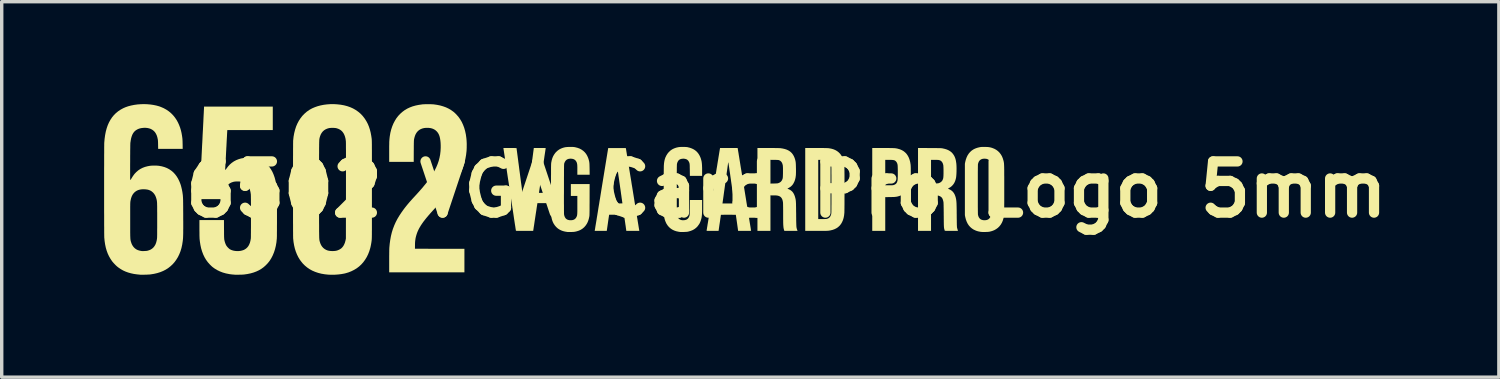
<source format=kicad_pcb>
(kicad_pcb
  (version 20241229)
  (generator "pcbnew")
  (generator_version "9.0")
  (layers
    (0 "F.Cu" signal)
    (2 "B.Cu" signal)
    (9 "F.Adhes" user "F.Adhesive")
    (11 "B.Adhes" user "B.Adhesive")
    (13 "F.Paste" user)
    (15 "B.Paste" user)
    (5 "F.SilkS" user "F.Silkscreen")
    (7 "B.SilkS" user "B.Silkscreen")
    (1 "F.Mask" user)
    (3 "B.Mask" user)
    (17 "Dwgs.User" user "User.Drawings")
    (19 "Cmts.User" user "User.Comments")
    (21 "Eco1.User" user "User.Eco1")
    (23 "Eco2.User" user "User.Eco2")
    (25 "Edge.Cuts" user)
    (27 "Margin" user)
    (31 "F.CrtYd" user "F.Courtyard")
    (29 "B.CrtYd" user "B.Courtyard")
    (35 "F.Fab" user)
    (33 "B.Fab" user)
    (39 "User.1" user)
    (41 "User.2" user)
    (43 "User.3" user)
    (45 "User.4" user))
  (footprint "6502 VGA Card Pro Logo 5mm"
    (layer "F.Cu")
    (at 19.987 2.5)
    (property "Reference" "6502 VGA Card Pro Logo 5mm" (at 0 0 0) (layer "F.SilkS") (effects (font (size 1.5 1.5) (thickness 0.3))))
    (attr board_only exclude_from_pos_files exclude_from_bom)
    (fp_poly (pts (xy 2.827 -1.214) (xy 2.89 -1.214) (xy 2.946 -1.214) (xy 2.995 -1.214) (xy 3.037 -1.213) (xy 3.073 -1.213) (xy 3.104 -1.212) (xy 3.131 -1.211) (xy 3.155 -1.21) (xy 3.175 -1.209) (xy 3.193 -1.207) (xy 3.209 -1.205) (xy 3.224 -1.202) (xy 3.239 -1.199) (xy 3.255 -1.196) (xy 3.265 -1.193) (xy 3.328 -1.175) (xy 3.385 -1.15) (xy 3.437 -1.119) (xy 3.483 -1.081) (xy 3.523 -1.038) (xy 3.557 -0.988) (xy 3.586 -0.932) (xy 3.609 -0.869) (xy 3.627 -0.801) (xy 3.639 -0.726) (xy 3.64 -0.714) (xy 3.641 -0.701) (xy 3.642 -0.68) (xy 3.643 -0.654) (xy 3.644 -0.622) (xy 3.644 -0.586) (xy 3.644 -0.548) (xy 3.645 -0.509) (xy 3.645 -0.495) (xy 3.644 -0.455) (xy 3.644 -0.416) (xy 3.644 -0.38) (xy 3.643 -0.347) (xy 3.642 -0.318) (xy 3.641 -0.295) (xy 3.641 -0.28) (xy 3.64 -0.276) (xy 3.629 -0.2) (xy 3.612 -0.131) (xy 3.59 -0.067) (xy 3.562 -0.011) (xy 3.529 0.04) (xy 3.49 0.084) (xy 3.445 0.123) (xy 3.395 0.155) (xy 3.339 0.181) (xy 3.3 0.194) (xy 3.276 0.201) (xy 3.255 0.207) (xy 3.234 0.211) (xy 3.212 0.215) (xy 3.188 0.217) (xy 3.162 0.22) (xy 3.13 0.221) (xy 3.093 0.222) (xy 3.049 0.223) (xy 3.036 0.223) (xy 2.896 0.225) (xy 2.896 0.72) (xy 2.896 1.214) (xy 2.705 1.214) (xy 2.515 1.214) (xy 2.515 0) (xy 2.515 -0.495) (xy 2.896 -0.495) (xy 2.896 -0.123) (xy 3.007 -0.123) (xy 3.042 -0.123) (xy 3.069 -0.123) (xy 3.091 -0.123) (xy 3.107 -0.124) (xy 3.12 -0.125) (xy 3.13 -0.127) (xy 3.14 -0.129) (xy 3.146 -0.131) (xy 3.178 -0.144) (xy 3.205 -0.162) (xy 3.226 -0.185) (xy 3.242 -0.214) (xy 3.253 -0.25) (xy 3.258 -0.272) (xy 3.259 -0.286) (xy 3.261 -0.308) (xy 3.262 -0.336) (xy 3.263 -0.369) (xy 3.264 -0.406) (xy 3.264 -0.445) (xy 3.264 -0.486) (xy 3.264 -0.527) (xy 3.264 -0.567) (xy 3.263 -0.605) (xy 3.262 -0.64) (xy 3.261 -0.67) (xy 3.26 -0.695) (xy 3.258 -0.713) (xy 3.258 -0.719) (xy 3.248 -0.759) (xy 3.233 -0.792) (xy 3.213 -0.819) (xy 3.212 -0.82) (xy 3.199 -0.832) (xy 3.185 -0.843) (xy 3.171 -0.851) (xy 3.154 -0.857) (xy 3.134 -0.861) (xy 3.11 -0.864) (xy 3.08 -0.866) (xy 3.044 -0.867) (xy 3.004 -0.867) (xy 2.896 -0.867) (xy 2.896 -0.495) (xy 2.515 -0.495) (xy 2.515 -1.214)) (stroke (width 0) (type solid)) (fill yes) (layer "F.SilkS"))
    (fp_poly (pts (xy 0.934 -1.214) (xy 0.989 -1.214) (xy 1.037 -1.214) (xy 1.078 -1.214) (xy 1.113 -1.213) (xy 1.143 -1.213) (xy 1.169 -1.212) (xy 1.19 -1.211) (xy 1.207 -1.211) (xy 1.222 -1.21) (xy 1.235 -1.208) (xy 1.24 -1.208) (xy 1.31 -1.196) (xy 1.375 -1.178) (xy 1.433 -1.154) (xy 1.485 -1.124) (xy 1.531 -1.088) (xy 1.572 -1.047) (xy 1.587 -1.028) (xy 1.619 -0.98) (xy 1.646 -0.927) (xy 1.667 -0.869) (xy 1.683 -0.807) (xy 1.694 -0.738) (xy 1.698 -0.687) (xy 1.699 -0.674) (xy 1.7 -0.653) (xy 1.7 -0.624) (xy 1.7 -0.588) (xy 1.701 -0.545) (xy 1.701 -0.495) (xy 1.702 -0.44) (xy 1.702 -0.378) (xy 1.702 -0.311) (xy 1.702 -0.238) (xy 1.703 -0.162) (xy 1.703 -0.08) (xy 1.703 0) (xy 1.703 0.085) (xy 1.703 0.166) (xy 1.702 0.243) (xy 1.702 0.315) (xy 1.702 0.382) (xy 1.702 0.443) (xy 1.701 0.499) (xy 1.701 0.548) (xy 1.7 0.59) (xy 1.7 0.626) (xy 1.699 0.654) (xy 1.699 0.675) (xy 1.698 0.687) (xy 1.69 0.764) (xy 1.676 0.835) (xy 1.656 0.901) (xy 1.63 0.959) (xy 1.599 1.012) (xy 1.562 1.059) (xy 1.519 1.099) (xy 1.47 1.134) (xy 1.415 1.162) (xy 1.355 1.184) (xy 1.288 1.2) (xy 1.24 1.208) (xy 1.229 1.209) (xy 1.215 1.21) (xy 1.199 1.211) (xy 1.18 1.212) (xy 1.157 1.213) (xy 1.129 1.213) (xy 1.096 1.213) (xy 1.058 1.214) (xy 1.014 1.214) (xy 0.962 1.214) (xy 0.903 1.214) (xy 0.871 1.214) (xy 0.552 1.214) (xy 0.552 0) (xy 0.933 0) (xy 0.933 0.867) (xy 1.047 0.867) (xy 1.085 0.867) (xy 1.115 0.867) (xy 1.138 0.866) (xy 1.157 0.865) (xy 1.171 0.864) (xy 1.183 0.862) (xy 1.188 0.861) (xy 1.223 0.848) (xy 1.253 0.829) (xy 1.277 0.804) (xy 1.295 0.773) (xy 1.309 0.734) (xy 1.313 0.72) (xy 1.314 0.716) (xy 1.314 0.71) (xy 1.315 0.704) (xy 1.316 0.695) (xy 1.317 0.685) (xy 1.317 0.673) (xy 1.318 0.658) (xy 1.318 0.64) (xy 1.318 0.618) (xy 1.319 0.592) (xy 1.319 0.562) (xy 1.319 0.528) (xy 1.319 0.488) (xy 1.32 0.442) (xy 1.32 0.391) (xy 1.32 0.334) (xy 1.32 0.269) (xy 1.32 0.198) (xy 1.32 0.119) (xy 1.32 0.032) (xy 1.32 0) (xy 1.32 -0.09) (xy 1.32 -0.171) (xy 1.32 -0.245) (xy 1.32 -0.312) (xy 1.32 -0.372) (xy 1.32 -0.425) (xy 1.319 -0.473) (xy 1.319 -0.515) (xy 1.319 -0.551) (xy 1.319 -0.583) (xy 1.319 -0.61) (xy 1.318 -0.633) (xy 1.318 -0.652) (xy 1.317 -0.668) (xy 1.317 -0.681) (xy 1.316 -0.692) (xy 1.315 -0.701) (xy 1.315 -0.708) (xy 1.314 -0.714) (xy 1.313 -0.719) (xy 1.313 -0.72) (xy 1.3 -0.761) (xy 1.283 -0.795) (xy 1.261 -0.822) (xy 1.233 -0.843) (xy 1.2 -0.857) (xy 1.188 -0.861) (xy 1.178 -0.863) (xy 1.165 -0.864) (xy 1.149 -0.866) (xy 1.129 -0.866) (xy 1.103 -0.867) (xy 1.07 -0.867) (xy 1.047 -0.867) (xy 0.933 -0.867) (xy 0.933 0) (xy 0.552 0) (xy 0.552 -1.214) (xy 0.871 -1.214)) (stroke (width 0) (type solid)) (fill yes) (layer "F.SilkS"))
    (fp_poly (pts (xy -8.05 -1.214) (xy -8.011 -1.214) (xy -7.979 -1.214) (xy -7.953 -1.213) (xy -7.934 -1.213) (xy -7.92 -1.212) (xy -7.911 -1.211) (xy -7.906 -1.21) (xy -7.905 -1.209) (xy -7.904 -1.204) (xy -7.903 -1.191) (xy -7.9 -1.171) (xy -7.897 -1.144) (xy -7.892 -1.11) (xy -7.887 -1.07) (xy -7.881 -1.025) (xy -7.874 -0.974) (xy -7.867 -0.919) (xy -7.859 -0.86) (xy -7.851 -0.796) (xy -7.842 -0.73) (xy -7.833 -0.66) (xy -7.824 -0.588) (xy -7.814 -0.515) (xy -7.804 -0.439) (xy -7.794 -0.363) (xy -7.784 -0.286) (xy -7.774 -0.209) (xy -7.763 -0.133) (xy -7.753 -0.057) (xy -7.744 0.017) (xy -7.734 0.09) (xy -7.725 0.161) (xy -7.716 0.229) (xy -7.707 0.293) (xy -7.699 0.354) (xy -7.691 0.411) (xy -7.684 0.464) (xy -7.678 0.512) (xy -7.672 0.554) (xy -7.667 0.59) (xy -7.663 0.62) (xy -7.66 0.643) (xy -7.658 0.659) (xy -7.657 0.667) (xy -7.657 0.668) (xy -7.653 0.671) (xy -7.651 0.67) (xy -7.65 0.666) (xy -7.648 0.653) (xy -7.646 0.633) (xy -7.642 0.606) (xy -7.637 0.571) (xy -7.631 0.531) (xy -7.625 0.484) (xy -7.618 0.431) (xy -7.61 0.373) (xy -7.601 0.31) (xy -7.592 0.242) (xy -7.583 0.17) (xy -7.572 0.095) (xy -7.562 0.015) (xy -7.551 -0.067) (xy -7.54 -0.152) (xy -7.528 -0.239) (xy -7.523 -0.274) (xy -7.399 -1.214) (xy -7.225 -1.214) (xy -7.187 -1.214) (xy -7.152 -1.214) (xy -7.121 -1.214) (xy -7.095 -1.214) (xy -7.074 -1.213) (xy -7.059 -1.213) (xy -7.051 -1.213) (xy -7.05 -1.213) (xy -7.051 -1.208) (xy -7.053 -1.196) (xy -7.056 -1.176) (xy -7.06 -1.149) (xy -7.065 -1.115) (xy -7.071 -1.075) (xy -7.078 -1.029) (xy -7.086 -0.977) (xy -7.094 -0.92) (xy -7.103 -0.858) (xy -7.113 -0.793) (xy -7.124 -0.723) (xy -7.135 -0.649) (xy -7.147 -0.573) (xy -7.159 -0.494) (xy -7.171 -0.412) (xy -7.184 -0.328) (xy -7.196 -0.243) (xy -7.209 -0.157) (xy -7.223 -0.071) (xy -7.236 0.017) (xy -7.249 0.104) (xy -7.262 0.19) (xy -7.275 0.276) (xy -7.288 0.36) (xy -7.3 0.443) (xy -7.313 0.523) (xy -7.324 0.601) (xy -7.336 0.676) (xy -7.347 0.748) (xy -7.357 0.816) (xy -7.367 0.88) (xy -7.376 0.939) (xy -7.384 0.994) (xy -7.391 1.043) (xy -7.398 1.086) (xy -7.404 1.124) (xy -7.408 1.154) (xy -7.412 1.178) (xy -7.415 1.195) (xy -7.416 1.203) (xy -7.416 1.205) (xy -7.418 1.214) (xy -7.67 1.214) (xy -7.725 1.214) (xy -7.772 1.214) (xy -7.811 1.214) (xy -7.843 1.214) (xy -7.87 1.213) (xy -7.89 1.213) (xy -7.905 1.212) (xy -7.915 1.211) (xy -7.921 1.21) (xy -7.924 1.209) (xy -7.924 1.209) (xy -7.924 1.204) (xy -7.926 1.192) (xy -7.929 1.171) (xy -7.934 1.144) (xy -7.939 1.109) (xy -7.945 1.068) (xy -7.953 1.02) (xy -7.961 0.966) (xy -7.97 0.907) (xy -7.98 0.842) (xy -7.99 0.772) (xy -8.001 0.697) (xy -8.013 0.618) (xy -8.026 0.535) (xy -8.039 0.448) (xy -8.053 0.358) (xy -8.067 0.265) (xy -8.081 0.169) (xy -8.096 0.071) (xy -8.106 0.008) (xy -8.121 -0.091) (xy -8.135 -0.189) (xy -8.15 -0.284) (xy -8.164 -0.376) (xy -8.177 -0.465) (xy -8.19 -0.551) (xy -8.202 -0.633) (xy -8.214 -0.711) (xy -8.225 -0.784) (xy -8.236 -0.852) (xy -8.245 -0.916) (xy -8.254 -0.974) (xy -8.262 -1.026) (xy -8.269 -1.072) (xy -8.275 -1.112) (xy -8.28 -1.144) (xy -8.284 -1.17) (xy -8.286 -1.188) (xy -8.288 -1.198) (xy -8.288 -1.2) (xy -8.291 -1.214) (xy -8.098 -1.214)) (stroke (width 0) (type solid)) (fill yes) (layer "F.SilkS"))
    (fp_poly (pts (xy -0.476 -1.214) (xy -0.42 -1.214) (xy -0.369 -1.214) (xy -0.322 -1.213) (xy -0.281 -1.213) (xy -0.246 -1.212) (xy -0.218 -1.211) (xy -0.196 -1.211) (xy -0.182 -1.21) (xy -0.181 -1.21) (xy -0.109 -1.199) (xy -0.043 -1.184) (xy 0.015 -1.164) (xy 0.068 -1.138) (xy 0.114 -1.107) (xy 0.154 -1.07) (xy 0.188 -1.027) (xy 0.217 -0.978) (xy 0.241 -0.923) (xy 0.26 -0.862) (xy 0.271 -0.808) (xy 0.273 -0.792) (xy 0.275 -0.768) (xy 0.277 -0.738) (xy 0.278 -0.704) (xy 0.279 -0.667) (xy 0.28 -0.627) (xy 0.281 -0.587) (xy 0.281 -0.547) (xy 0.281 -0.509) (xy 0.28 -0.475) (xy 0.279 -0.445) (xy 0.278 -0.42) (xy 0.277 -0.411) (xy 0.268 -0.344) (xy 0.253 -0.282) (xy 0.232 -0.226) (xy 0.206 -0.175) (xy 0.176 -0.131) (xy 0.144 -0.098) (xy 0.127 -0.083) (xy 0.105 -0.068) (xy 0.082 -0.053) (xy 0.062 -0.041) (xy 0.049 -0.036) (xy 0.039 -0.031) (xy 0.033 -0.026) (xy 0.033 -0.025) (xy 0.037 -0.021) (xy 0.047 -0.016) (xy 0.061 -0.01) (xy 0.065 -0.008) (xy 0.107 0.012) (xy 0.143 0.037) (xy 0.175 0.066) (xy 0.202 0.102) (xy 0.225 0.144) (xy 0.245 0.193) (xy 0.258 0.238) (xy 0.262 0.254) (xy 0.266 0.269) (xy 0.269 0.284) (xy 0.272 0.299) (xy 0.274 0.315) (xy 0.276 0.332) (xy 0.278 0.353) (xy 0.279 0.375) (xy 0.281 0.402) (xy 0.282 0.433) (xy 0.282 0.468) (xy 0.283 0.509) (xy 0.284 0.557) (xy 0.284 0.611) (xy 0.285 0.672) (xy 0.286 0.719) (xy 0.286 0.786) (xy 0.287 0.844) (xy 0.287 0.895) (xy 0.288 0.94) (xy 0.289 0.978) (xy 0.29 1.012) (xy 0.291 1.04) (xy 0.292 1.064) (xy 0.293 1.085) (xy 0.295 1.102) (xy 0.297 1.117) (xy 0.3 1.131) (xy 0.303 1.143) (xy 0.306 1.155) (xy 0.31 1.166) (xy 0.314 1.179) (xy 0.314 1.179) (xy 0.327 1.214) (xy 0.133 1.214) (xy -0.06 1.214) (xy -0.069 1.186) (xy -0.073 1.17) (xy -0.077 1.155) (xy -0.081 1.139) (xy -0.084 1.122) (xy -0.086 1.103) (xy -0.088 1.082) (xy -0.09 1.057) (xy -0.092 1.029) (xy -0.093 0.996) (xy -0.094 0.958) (xy -0.094 0.915) (xy -0.095 0.865) (xy -0.095 0.809) (xy -0.095 0.745) (xy -0.095 0.704) (xy -0.095 0.655) (xy -0.095 0.607) (xy -0.096 0.562) (xy -0.096 0.52) (xy -0.097 0.482) (xy -0.097 0.449) (xy -0.098 0.422) (xy -0.098 0.401) (xy -0.099 0.388) (xy -0.099 0.385) (xy -0.107 0.336) (xy -0.119 0.295) (xy -0.136 0.26) (xy -0.157 0.232) (xy -0.183 0.21) (xy -0.215 0.193) (xy -0.252 0.182) (xy -0.264 0.18) (xy -0.282 0.177) (xy -0.308 0.175) (xy -0.339 0.174) (xy -0.374 0.174) (xy -0.382 0.174) (xy -0.467 0.173) (xy -0.467 0.694) (xy -0.467 1.214) (xy -0.658 1.214) (xy -0.848 1.214) (xy -0.848 0) (xy -0.848 -0.52) (xy -0.467 -0.52) (xy -0.467 -0.172) (xy -0.365 -0.174) (xy -0.331 -0.175) (xy -0.305 -0.176) (xy -0.285 -0.177) (xy -0.269 -0.178) (xy -0.256 -0.18) (xy -0.246 -0.182) (xy -0.237 -0.185) (xy -0.236 -0.185) (xy -0.199 -0.201) (xy -0.169 -0.221) (xy -0.144 -0.248) (xy -0.124 -0.281) (xy -0.11 -0.32) (xy -0.107 -0.332) (xy -0.105 -0.352) (xy -0.103 -0.378) (xy -0.102 -0.408) (xy -0.101 -0.443) (xy -0.1 -0.479) (xy -0.1 -0.517) (xy -0.1 -0.555) (xy -0.1 -0.592) (xy -0.1 -0.626) (xy -0.102 -0.657) (xy -0.103 -0.683) (xy -0.105 -0.703) (xy -0.106 -0.71) (xy -0.117 -0.752) (xy -0.133 -0.788) (xy -0.154 -0.817) (xy -0.18 -0.84) (xy -0.209 -0.855) (xy -0.216 -0.858) (xy -0.224 -0.86) (xy -0.232 -0.862) (xy -0.243 -0.863) (xy -0.257 -0.864) (xy -0.276 -0.865) (xy -0.3 -0.866) (xy -0.332 -0.866) (xy -0.35 -0.866) (xy -0.467 -0.868) (xy -0.467 -0.52) (xy -0.848 -0.52) (xy -0.848 -1.214) (xy -0.535 -1.214)) (stroke (width 0) (type solid)) (fill yes) (layer "F.SilkS"))
    (fp_poly (pts (xy -4.805 -1.213) (xy -4.769 -1.213) (xy -4.741 -1.212) (xy -4.721 -1.212) (xy -4.708 -1.211) (xy -4.702 -1.21) (xy -4.702 -1.21) (xy -4.702 -1.205) (xy -4.7 -1.193) (xy -4.696 -1.173) (xy -4.692 -1.146) (xy -4.687 -1.112) (xy -4.68 -1.072) (xy -4.673 -1.026) (xy -4.664 -0.974) (xy -4.655 -0.918) (xy -4.645 -0.856) (xy -4.634 -0.79) (xy -4.623 -0.721) (xy -4.611 -0.648) (xy -4.599 -0.571) (xy -4.586 -0.492) (xy -4.573 -0.411) (xy -4.559 -0.327) (xy -4.545 -0.243) (xy -4.532 -0.157) (xy -4.517 -0.07) (xy -4.503 0.017) (xy -4.489 0.104) (xy -4.475 0.19) (xy -4.461 0.275) (xy -4.448 0.36) (xy -4.434 0.442) (xy -4.421 0.522) (xy -4.408 0.6) (xy -4.396 0.675) (xy -4.385 0.747) (xy -4.374 0.814) (xy -4.363 0.878) (xy -4.354 0.937) (xy -4.345 0.991) (xy -4.337 1.04) (xy -4.33 1.084) (xy -4.324 1.121) (xy -4.319 1.151) (xy -4.315 1.175) (xy -4.312 1.191) (xy -4.311 1.199) (xy -4.31 1.2) (xy -4.308 1.214) (xy -4.499 1.214) (xy -4.538 1.214) (xy -4.574 1.214) (xy -4.607 1.214) (xy -4.636 1.214) (xy -4.659 1.213) (xy -4.677 1.213) (xy -4.687 1.213) (xy -4.69 1.212) (xy -4.69 1.208) (xy -4.692 1.196) (xy -4.694 1.177) (xy -4.698 1.153) (xy -4.702 1.124) (xy -4.706 1.092) (xy -4.711 1.057) (xy -4.717 1.02) (xy -4.722 0.982) (xy -4.728 0.944) (xy -4.733 0.907) (xy -4.738 0.872) (xy -4.743 0.84) (xy -4.747 0.811) (xy -4.75 0.787) (xy -4.753 0.769) (xy -4.755 0.758) (xy -4.755 0.754) (xy -4.758 0.74) (xy -4.975 0.74) (xy -5.192 0.74) (xy -5.194 0.75) (xy -5.195 0.756) (xy -5.197 0.769) (xy -5.2 0.789) (xy -5.204 0.816) (xy -5.209 0.847) (xy -5.214 0.883) (xy -5.22 0.922) (xy -5.226 0.964) (xy -5.229 0.987) (xy -5.262 1.214) (xy -5.439 1.214) (xy -5.616 1.214) (xy -5.613 1.203) (xy -5.613 1.197) (xy -5.61 1.184) (xy -5.607 1.164) (xy -5.602 1.135) (xy -5.597 1.1) (xy -5.59 1.058) (xy -5.582 1.01) (xy -5.573 0.956) (xy -5.563 0.896) (xy -5.553 0.831) (xy -5.541 0.761) (xy -5.529 0.686) (xy -5.516 0.606) (xy -5.503 0.523) (xy -5.488 0.436) (xy -5.483 0.404) (xy -5.146 0.404) (xy -5.146 0.404) (xy -5.145 0.406) (xy -5.142 0.407) (xy -5.134 0.408) (xy -5.123 0.409) (xy -5.107 0.409) (xy -5.086 0.41) (xy -5.058 0.41) (xy -5.023 0.41) (xy -4.981 0.41) (xy -4.975 0.41) (xy -4.938 0.41) (xy -4.904 0.41) (xy -4.873 0.41) (xy -4.847 0.409) (xy -4.826 0.409) (xy -4.812 0.408) (xy -4.804 0.407) (xy -4.804 0.407) (xy -4.804 0.402) (xy -4.806 0.389) (xy -4.809 0.369) (xy -4.813 0.342) (xy -4.817 0.309) (xy -4.823 0.271) (xy -4.829 0.228) (xy -4.835 0.181) (xy -4.843 0.13) (xy -4.85 0.075) (xy -4.858 0.019) (xy -4.867 -0.04) (xy -4.875 -0.1) (xy -4.884 -0.162) (xy -4.893 -0.223) (xy -4.901 -0.284) (xy -4.91 -0.344) (xy -4.919 -0.403) (xy -4.927 -0.46) (xy -4.934 -0.514) (xy -4.942 -0.565) (xy -4.949 -0.612) (xy -4.955 -0.655) (xy -4.96 -0.693) (xy -4.965 -0.726) (xy -4.969 -0.752) (xy -4.972 -0.772) (xy -4.974 -0.785) (xy -4.975 -0.79) (xy -4.975 -0.79) (xy -4.979 -0.79) (xy -4.98 -0.79) (xy -4.98 -0.786) (xy -4.982 -0.774) (xy -4.985 -0.754) (xy -4.989 -0.728) (xy -4.994 -0.696) (xy -4.999 -0.659) (xy -5.005 -0.616) (xy -5.012 -0.569) (xy -5.019 -0.518) (xy -5.026 -0.465) (xy -5.034 -0.408) (xy -5.042 -0.349) (xy -5.051 -0.289) (xy -5.059 -0.228) (xy -5.068 -0.167) (xy -5.077 -0.106) (xy -5.085 -0.046) (xy -5.093 0.013) (xy -5.101 0.07) (xy -5.109 0.124) (xy -5.116 0.176) (xy -5.122 0.223) (xy -5.128 0.266) (xy -5.133 0.305) (xy -5.138 0.338) (xy -5.141 0.365) (xy -5.144 0.385) (xy -5.146 0.399) (xy -5.146 0.404) (xy -5.483 0.404) (xy -5.474 0.346) (xy -5.458 0.253) (xy -5.443 0.157) (xy -5.427 0.058) (xy -5.416 -0.011) (xy -5.22 -1.212) (xy -4.961 -1.213) (xy -4.901 -1.213) (xy -4.849 -1.213)) (stroke (width 0) (type solid)) (fill yes) (layer "F.SilkS"))
    (fp_poly (pts (xy 4.193 -1.213) (xy 4.256 -1.213) (xy 4.311 -1.212) (xy 4.358 -1.212) (xy 4.399 -1.212) (xy 4.434 -1.211) (xy 4.463 -1.211) (xy 4.488 -1.21) (xy 4.508 -1.21) (xy 4.525 -1.209) (xy 4.539 -1.208) (xy 4.55 -1.207) (xy 4.56 -1.206) (xy 4.568 -1.205) (xy 4.571 -1.204) (xy 4.639 -1.189) (xy 4.7 -1.17) (xy 4.754 -1.146) (xy 4.801 -1.117) (xy 4.841 -1.085) (xy 4.865 -1.059) (xy 4.891 -1.025) (xy 4.914 -0.989) (xy 4.933 -0.95) (xy 4.949 -0.907) (xy 4.962 -0.861) (xy 4.971 -0.809) (xy 4.979 -0.753) (xy 4.983 -0.69) (xy 4.985 -0.621) (xy 4.984 -0.544) (xy 4.984 -0.527) (xy 4.982 -0.471) (xy 4.979 -0.423) (xy 4.975 -0.38) (xy 4.97 -0.342) (xy 4.962 -0.308) (xy 4.953 -0.276) (xy 4.942 -0.244) (xy 4.939 -0.236) (xy 4.915 -0.186) (xy 4.884 -0.141) (xy 4.847 -0.101) (xy 4.805 -0.067) (xy 4.759 -0.039) (xy 4.752 -0.036) (xy 4.74 -0.029) (xy 4.737 -0.024) (xy 4.741 -0.019) (xy 4.748 -0.016) (xy 4.796 0.006) (xy 4.837 0.032) (xy 4.873 0.064) (xy 4.902 0.1) (xy 4.927 0.143) (xy 4.947 0.192) (xy 4.956 0.22) (xy 4.961 0.239) (xy 4.965 0.256) (xy 4.969 0.274) (xy 4.972 0.291) (xy 4.975 0.31) (xy 4.978 0.331) (xy 4.98 0.353) (xy 4.982 0.379) (xy 4.984 0.408) (xy 4.985 0.441) (xy 4.986 0.479) (xy 4.987 0.523) (xy 4.988 0.573) (xy 4.989 0.629) (xy 4.989 0.693) (xy 4.99 0.747) (xy 4.99 0.81) (xy 4.991 0.866) (xy 4.992 0.915) (xy 4.992 0.957) (xy 4.993 0.992) (xy 4.993 1.022) (xy 4.994 1.047) (xy 4.995 1.067) (xy 4.996 1.084) (xy 4.996 1.097) (xy 4.997 1.108) (xy 4.999 1.116) (xy 5 1.123) (xy 5 1.124) (xy 5.009 1.156) (xy 5.019 1.189) (xy 5.026 1.207) (xy 5.026 1.209) (xy 5.025 1.21) (xy 5.022 1.211) (xy 5.016 1.212) (xy 5.007 1.213) (xy 4.994 1.213) (xy 4.975 1.213) (xy 4.952 1.214) (xy 4.922 1.214) (xy 4.884 1.213) (xy 4.84 1.213) (xy 4.835 1.213) (xy 4.641 1.212) (xy 4.633 1.187) (xy 4.63 1.175) (xy 4.627 1.164) (xy 4.624 1.154) (xy 4.621 1.144) (xy 4.619 1.133) (xy 4.618 1.121) (xy 4.616 1.106) (xy 4.615 1.09) (xy 4.614 1.07) (xy 4.613 1.046) (xy 4.612 1.018) (xy 4.612 0.985) (xy 4.611 0.946) (xy 4.611 0.901) (xy 4.61 0.849) (xy 4.61 0.79) (xy 4.609 0.751) (xy 4.609 0.686) (xy 4.608 0.629) (xy 4.608 0.579) (xy 4.607 0.536) (xy 4.606 0.5) (xy 4.606 0.468) (xy 4.605 0.442) (xy 4.604 0.421) (xy 4.604 0.403) (xy 4.603 0.389) (xy 4.602 0.377) (xy 4.601 0.367) (xy 4.599 0.359) (xy 4.599 0.359) (xy 4.589 0.316) (xy 4.577 0.281) (xy 4.562 0.252) (xy 4.543 0.229) (xy 4.519 0.21) (xy 4.49 0.195) (xy 4.465 0.185) (xy 4.455 0.182) (xy 4.445 0.18) (xy 4.434 0.178) (xy 4.419 0.177) (xy 4.4 0.176) (xy 4.375 0.175) (xy 4.344 0.175) (xy 4.337 0.174) (xy 4.237 0.173) (xy 4.237 0.693) (xy 4.237 1.214) (xy 4.046 1.214) (xy 3.856 1.214) (xy 3.856 -0.000232) (xy 3.856 -0.52) (xy 4.237 -0.52) (xy 4.237 -0.172) (xy 4.337 -0.175) (xy 4.372 -0.175) (xy 4.399 -0.176) (xy 4.421 -0.178) (xy 4.437 -0.179) (xy 4.449 -0.181) (xy 4.459 -0.183) (xy 4.461 -0.184) (xy 4.499 -0.199) (xy 4.53 -0.22) (xy 4.556 -0.245) (xy 4.576 -0.277) (xy 4.59 -0.314) (xy 4.595 -0.334) (xy 4.597 -0.349) (xy 4.599 -0.371) (xy 4.601 -0.399) (xy 4.602 -0.431) (xy 4.603 -0.467) (xy 4.603 -0.504) (xy 4.603 -0.543) (xy 4.603 -0.581) (xy 4.602 -0.617) (xy 4.601 -0.65) (xy 4.599 -0.678) (xy 4.598 -0.701) (xy 4.595 -0.716) (xy 4.595 -0.717) (xy 4.584 -0.757) (xy 4.568 -0.791) (xy 4.547 -0.819) (xy 4.523 -0.84) (xy 4.512 -0.846) (xy 4.499 -0.852) (xy 4.485 -0.857) (xy 4.471 -0.861) (xy 4.454 -0.864) (xy 4.433 -0.865) (xy 4.407 -0.867) (xy 4.375 -0.867) (xy 4.342 -0.867) (xy 4.237 -0.867) (xy 4.237 -0.52) (xy 3.856 -0.52) (xy 3.856 -1.215)) (stroke (width 0) (type solid)) (fill yes) (layer "F.SilkS"))
    (fp_poly (pts (xy -1.426 -1.203) (xy -1.425 -1.197) (xy -1.423 -1.183) (xy -1.419 -1.162) (xy -1.415 -1.134) (xy -1.409 -1.1) (xy -1.402 -1.059) (xy -1.395 -1.012) (xy -1.386 -0.959) (xy -1.377 -0.902) (xy -1.367 -0.84) (xy -1.356 -0.773) (xy -1.345 -0.703) (xy -1.333 -0.629) (xy -1.32 -0.553) (xy -1.307 -0.473) (xy -1.294 -0.391) (xy -1.28 -0.308) (xy -1.266 -0.223) (xy -1.252 -0.137) (xy -1.238 -0.05) (xy -1.224 0.037) (xy -1.21 0.124) (xy -1.196 0.21) (xy -1.182 0.295) (xy -1.169 0.379) (xy -1.155 0.462) (xy -1.142 0.542) (xy -1.13 0.619) (xy -1.118 0.694) (xy -1.106 0.765) (xy -1.095 0.832) (xy -1.085 0.895) (xy -1.076 0.954) (xy -1.067 1.007) (xy -1.059 1.055) (xy -1.052 1.098) (xy -1.046 1.134) (xy -1.042 1.164) (xy -1.038 1.186) (xy -1.036 1.201) (xy -1.034 1.209) (xy -1.034 1.209) (xy -1.037 1.211) (xy -1.045 1.212) (xy -1.059 1.212) (xy -1.08 1.213) (xy -1.107 1.214) (xy -1.142 1.214) (xy -1.184 1.214) (xy -1.224 1.214) (xy -1.414 1.214) (xy -1.447 0.978) (xy -1.481 0.742) (xy -1.7 0.741) (xy -1.744 0.741) (xy -1.784 0.741) (xy -1.821 0.741) (xy -1.853 0.742) (xy -1.879 0.742) (xy -1.899 0.743) (xy -1.913 0.743) (xy -1.918 0.744) (xy -1.919 0.744) (xy -1.919 0.749) (xy -1.921 0.761) (xy -1.924 0.78) (xy -1.927 0.806) (xy -1.932 0.836) (xy -1.937 0.871) (xy -1.942 0.91) (xy -1.948 0.952) (xy -1.952 0.979) (xy -1.959 1.022) (xy -1.965 1.063) (xy -1.97 1.1) (xy -1.975 1.134) (xy -1.979 1.162) (xy -1.982 1.185) (xy -1.985 1.201) (xy -1.986 1.21) (xy -1.986 1.212) (xy -1.99 1.213) (xy -2.002 1.213) (xy -2.02 1.213) (xy -2.045 1.214) (xy -2.074 1.214) (xy -2.107 1.214) (xy -2.143 1.214) (xy -2.162 1.214) (xy -2.206 1.214) (xy -2.242 1.214) (xy -2.271 1.214) (xy -2.293 1.213) (xy -2.31 1.213) (xy -2.323 1.212) (xy -2.331 1.211) (xy -2.335 1.21) (xy -2.337 1.209) (xy -2.337 1.208) (xy -2.337 1.203) (xy -2.335 1.191) (xy -2.332 1.171) (xy -2.327 1.144) (xy -2.322 1.11) (xy -2.315 1.07) (xy -2.308 1.023) (xy -2.299 0.972) (xy -2.29 0.915) (xy -2.28 0.853) (xy -2.27 0.787) (xy -2.258 0.717) (xy -2.246 0.644) (xy -2.234 0.568) (xy -2.221 0.488) (xy -2.208 0.41) (xy -1.873 0.41) (xy -1.701 0.41) (xy -1.529 0.41) (xy -1.53 0.401) (xy -1.53 0.395) (xy -1.532 0.381) (xy -1.535 0.36) (xy -1.538 0.333) (xy -1.543 0.299) (xy -1.548 0.261) (xy -1.554 0.217) (xy -1.561 0.169) (xy -1.568 0.118) (xy -1.576 0.063) (xy -1.584 0.006) (xy -1.593 -0.052) (xy -1.601 -0.113) (xy -1.61 -0.174) (xy -1.619 -0.235) (xy -1.627 -0.296) (xy -1.636 -0.356) (xy -1.644 -0.414) (xy -1.652 -0.47) (xy -1.66 -0.524) (xy -1.668 -0.574) (xy -1.674 -0.62) (xy -1.68 -0.662) (xy -1.686 -0.699) (xy -1.691 -0.731) (xy -1.694 -0.756) (xy -1.697 -0.775) (xy -1.699 -0.786) (xy -1.7 -0.79) (xy -1.704 -0.791) (xy -1.704 -0.791) (xy -1.705 -0.786) (xy -1.707 -0.774) (xy -1.71 -0.755) (xy -1.714 -0.728) (xy -1.719 -0.695) (xy -1.724 -0.656) (xy -1.73 -0.611) (xy -1.737 -0.561) (xy -1.745 -0.507) (xy -1.753 -0.449) (xy -1.762 -0.387) (xy -1.771 -0.322) (xy -1.78 -0.254) (xy -1.787 -0.203) (xy -1.797 -0.133) (xy -1.806 -0.066) (xy -1.815 -0.001) (xy -1.824 0.061) (xy -1.832 0.119) (xy -1.839 0.172) (xy -1.846 0.222) (xy -1.852 0.266) (xy -1.858 0.305) (xy -1.862 0.337) (xy -1.866 0.363) (xy -1.868 0.382) (xy -1.87 0.393) (xy -1.871 0.397) (xy -1.873 0.41) (xy -2.208 0.41) (xy -2.208 0.407) (xy -2.194 0.324) (xy -2.181 0.239) (xy -2.167 0.153) (xy -2.153 0.066) (xy -2.138 -0.021) (xy -2.124 -0.108) (xy -2.11 -0.194) (xy -2.096 -0.28) (xy -2.083 -0.364) (xy -2.069 -0.446) (xy -2.056 -0.526) (xy -2.044 -0.604) (xy -2.031 -0.679) (xy -2.02 -0.75) (xy -2.009 -0.818) (xy -1.998 -0.882) (xy -1.989 -0.941) (xy -1.98 -0.995) (xy -1.972 -1.044) (xy -1.965 -1.087) (xy -1.959 -1.124) (xy -1.954 -1.154) (xy -1.95 -1.177) (xy -1.947 -1.193) (xy -1.946 -1.202) (xy -1.946 -1.203) (xy -1.943 -1.214) (xy -1.686 -1.214) (xy -1.428 -1.214)) (stroke (width 0) (type solid)) (fill yes) (layer "F.SilkS"))
    (fp_poly (pts (xy -10.458 -2.497) (xy -10.42 -2.497) (xy -10.386 -2.496) (xy -10.357 -2.494) (xy -10.337 -2.493) (xy -10.237 -2.479) (xy -10.143 -2.46) (xy -10.056 -2.435) (xy -9.973 -2.405) (xy -9.897 -2.369) (xy -9.825 -2.327) (xy -9.758 -2.279) (xy -9.747 -2.271) (xy -9.731 -2.257) (xy -9.712 -2.24) (xy -9.692 -2.22) (xy -9.672 -2.201) (xy -9.667 -2.195) (xy -9.609 -2.13) (xy -9.558 -2.058) (xy -9.512 -1.981) (xy -9.473 -1.897) (xy -9.439 -1.808) (xy -9.412 -1.713) (xy -9.39 -1.612) (xy -9.375 -1.505) (xy -9.369 -1.439) (xy -9.367 -1.403) (xy -9.365 -1.361) (xy -9.364 -1.315) (xy -9.365 -1.268) (xy -9.365 -1.221) (xy -9.367 -1.177) (xy -9.369 -1.138) (xy -9.371 -1.115) (xy -9.383 -1.012) (xy -9.401 -0.91) (xy -9.423 -0.811) (xy -9.452 -0.712) (xy -9.485 -0.614) (xy -9.525 -0.517) (xy -9.571 -0.419) (xy -9.623 -0.32) (xy -9.682 -0.22) (xy -9.747 -0.118) (xy -9.82 -0.015) (xy -9.9 0.091) (xy -9.987 0.2) (xy -10.02 0.241) (xy -10.053 0.28) (xy -10.085 0.318) (xy -10.118 0.355) (xy -10.151 0.393) (xy -10.188 0.433) (xy -10.227 0.477) (xy -10.271 0.525) (xy -10.295 0.55) (xy -10.366 0.628) (xy -10.431 0.7) (xy -10.49 0.768) (xy -10.543 0.831) (xy -10.591 0.891) (xy -10.635 0.948) (xy -10.673 1.002) (xy -10.708 1.054) (xy -10.738 1.104) (xy -10.765 1.152) (xy -10.788 1.2) (xy -10.809 1.247) (xy -10.826 1.294) (xy -10.841 1.341) (xy -10.851 1.377) (xy -10.862 1.423) (xy -10.869 1.468) (xy -10.875 1.515) (xy -10.879 1.565) (xy -10.88 1.622) (xy -10.88 1.637) (xy -10.881 1.737) (xy -10.156 1.738) (xy -9.432 1.739) (xy -9.432 2.084) (xy -9.432 2.428) (xy -10.534 2.428) (xy -11.636 2.428) (xy -11.636 2.105) (xy -11.636 2.052) (xy -11.636 1.999) (xy -11.636 1.948) (xy -11.635 1.901) (xy -11.635 1.856) (xy -11.634 1.816) (xy -11.634 1.781) (xy -11.633 1.752) (xy -11.632 1.73) (xy -11.632 1.717) (xy -11.621 1.594) (xy -11.605 1.478) (xy -11.585 1.367) (xy -11.559 1.26) (xy -11.527 1.157) (xy -11.489 1.057) (xy -11.445 0.958) (xy -11.394 0.86) (xy -11.335 0.762) (xy -11.269 0.663) (xy -11.215 0.588) (xy -11.182 0.544) (xy -11.148 0.501) (xy -11.113 0.457) (xy -11.076 0.413) (xy -11.037 0.367) (xy -10.993 0.318) (xy -10.946 0.265) (xy -10.893 0.208) (xy -10.881 0.195) (xy -10.819 0.127) (xy -10.762 0.064) (xy -10.71 0.005) (xy -10.661 -0.051) (xy -10.617 -0.105) (xy -10.574 -0.157) (xy -10.534 -0.208) (xy -10.495 -0.26) (xy -10.485 -0.273) (xy -10.416 -0.37) (xy -10.355 -0.466) (xy -10.302 -0.56) (xy -10.256 -0.652) (xy -10.217 -0.745) (xy -10.185 -0.838) (xy -10.161 -0.931) (xy -10.143 -1.026) (xy -10.132 -1.122) (xy -10.127 -1.22) (xy -10.127 -1.295) (xy -10.13 -1.367) (xy -10.136 -1.431) (xy -10.145 -1.489) (xy -10.156 -1.54) (xy -10.171 -1.586) (xy -10.189 -1.626) (xy -10.211 -1.662) (xy -10.236 -1.693) (xy -10.24 -1.698) (xy -10.277 -1.732) (xy -10.317 -1.759) (xy -10.363 -1.78) (xy -10.413 -1.795) (xy -10.469 -1.803) (xy -10.494 -1.805) (xy -10.555 -1.805) (xy -10.612 -1.799) (xy -10.665 -1.786) (xy -10.713 -1.767) (xy -10.756 -1.742) (xy -10.775 -1.727) (xy -10.809 -1.695) (xy -10.837 -1.659) (xy -10.862 -1.616) (xy -10.882 -1.567) (xy -10.898 -1.512) (xy -10.905 -1.48) (xy -10.907 -1.471) (xy -10.908 -1.462) (xy -10.909 -1.453) (xy -10.911 -1.443) (xy -10.911 -1.43) (xy -10.912 -1.415) (xy -10.913 -1.397) (xy -10.913 -1.375) (xy -10.914 -1.348) (xy -10.914 -1.316) (xy -10.915 -1.278) (xy -10.915 -1.233) (xy -10.915 -1.182) (xy -10.916 -1.122) (xy -10.916 -1.122) (xy -10.917 -0.808) (xy -11.277 -0.808) (xy -11.636 -0.808) (xy -11.636 -1.095) (xy -11.636 -1.159) (xy -11.636 -1.215) (xy -11.636 -1.264) (xy -11.635 -1.307) (xy -11.634 -1.345) (xy -11.634 -1.378) (xy -11.633 -1.408) (xy -11.631 -1.435) (xy -11.629 -1.46) (xy -11.627 -1.483) (xy -11.625 -1.506) (xy -11.622 -1.53) (xy -11.619 -1.555) (xy -11.602 -1.657) (xy -11.578 -1.754) (xy -11.548 -1.845) (xy -11.512 -1.932) (xy -11.47 -2.012) (xy -11.423 -2.088) (xy -11.369 -2.157) (xy -11.309 -2.22) (xy -11.244 -2.277) (xy -11.179 -2.325) (xy -11.108 -2.367) (xy -11.031 -2.403) (xy -10.949 -2.434) (xy -10.86 -2.459) (xy -10.766 -2.478) (xy -10.665 -2.492) (xy -10.663 -2.493) (xy -10.64 -2.494) (xy -10.61 -2.496) (xy -10.575 -2.497) (xy -10.537 -2.497) (xy -10.498 -2.498)) (stroke (width 0) (type solid)) (fill yes) (layer "F.SilkS"))
    (fp_poly (pts (xy 5.845 -1.245) (xy 5.882 -1.244) (xy 5.914 -1.242) (xy 5.942 -1.238) (xy 5.969 -1.233) (xy 5.996 -1.226) (xy 6.025 -1.218) (xy 6.03 -1.216) (xy 6.091 -1.192) (xy 6.147 -1.161) (xy 6.197 -1.124) (xy 6.241 -1.081) (xy 6.279 -1.032) (xy 6.312 -0.977) (xy 6.338 -0.916) (xy 6.358 -0.85) (xy 6.361 -0.838) (xy 6.364 -0.827) (xy 6.366 -0.817) (xy 6.368 -0.806) (xy 6.37 -0.795) (xy 6.372 -0.783) (xy 6.374 -0.77) (xy 6.375 -0.755) (xy 6.376 -0.738) (xy 6.377 -0.719) (xy 6.378 -0.696) (xy 6.379 -0.671) (xy 6.38 -0.642) (xy 6.38 -0.608) (xy 6.381 -0.571) (xy 6.381 -0.528) (xy 6.381 -0.48) (xy 6.381 -0.426) (xy 6.382 -0.366) (xy 6.382 -0.299) (xy 6.382 -0.226) (xy 6.382 -0.145) (xy 6.382 -0.056) (xy 6.382 0) (xy 6.382 0.094) (xy 6.382 0.179) (xy 6.382 0.257) (xy 6.382 0.328) (xy 6.382 0.391) (xy 6.381 0.449) (xy 6.381 0.5) (xy 6.381 0.546) (xy 6.381 0.587) (xy 6.38 0.623) (xy 6.379 0.654) (xy 6.379 0.682) (xy 6.378 0.706) (xy 6.377 0.727) (xy 6.376 0.745) (xy 6.374 0.761) (xy 6.373 0.775) (xy 6.371 0.788) (xy 6.369 0.799) (xy 6.367 0.81) (xy 6.365 0.821) (xy 6.362 0.832) (xy 6.36 0.843) (xy 6.358 0.85) (xy 6.338 0.917) (xy 6.311 0.978) (xy 6.278 1.033) (xy 6.239 1.082) (xy 6.195 1.125) (xy 6.144 1.162) (xy 6.089 1.193) (xy 6.028 1.217) (xy 5.961 1.235) (xy 5.946 1.238) (xy 5.922 1.241) (xy 5.891 1.244) (xy 5.857 1.245) (xy 5.82 1.246) (xy 5.783 1.247) (xy 5.747 1.246) (xy 5.716 1.244) (xy 5.691 1.242) (xy 5.688 1.241) (xy 5.634 1.231) (xy 5.584 1.218) (xy 5.544 1.203) (xy 5.486 1.176) (xy 5.434 1.142) (xy 5.387 1.102) (xy 5.346 1.056) (xy 5.311 1.004) (xy 5.282 0.945) (xy 5.258 0.88) (xy 5.24 0.809) (xy 5.238 0.8) (xy 5.229 0.751) (xy 5.229 0) (xy 5.229 -0.01) (xy 5.608 -0.01) (xy 5.608 0) (xy 5.608 0.106) (xy 5.608 0.204) (xy 5.608 0.293) (xy 5.608 0.374) (xy 5.608 0.447) (xy 5.608 0.512) (xy 5.609 0.568) (xy 5.609 0.616) (xy 5.61 0.657) (xy 5.61 0.689) (xy 5.611 0.713) (xy 5.611 0.73) (xy 5.612 0.738) (xy 5.612 0.739) (xy 5.623 0.782) (xy 5.639 0.818) (xy 5.661 0.848) (xy 5.687 0.872) (xy 5.719 0.888) (xy 5.756 0.898) (xy 5.771 0.9) (xy 5.811 0.902) (xy 5.847 0.899) (xy 5.879 0.892) (xy 5.881 0.891) (xy 5.914 0.876) (xy 5.941 0.854) (xy 5.964 0.825) (xy 5.982 0.789) (xy 5.991 0.761) (xy 5.992 0.757) (xy 5.993 0.753) (xy 5.994 0.747) (xy 5.995 0.74) (xy 5.995 0.731) (xy 5.996 0.72) (xy 5.996 0.707) (xy 5.997 0.69) (xy 5.997 0.67) (xy 5.998 0.647) (xy 5.998 0.619) (xy 5.998 0.587) (xy 5.998 0.549) (xy 5.998 0.507) (xy 5.999 0.459) (xy 5.999 0.405) (xy 5.999 0.344) (xy 5.999 0.277) (xy 5.999 0.202) (xy 5.999 0.12) (xy 5.999 0.03) (xy 5.999 0) (xy 5.999 -0.093) (xy 5.999 -0.177) (xy 5.999 -0.254) (xy 5.999 -0.324) (xy 5.999 -0.387) (xy 5.999 -0.443) (xy 5.998 -0.493) (xy 5.998 -0.537) (xy 5.998 -0.576) (xy 5.998 -0.61) (xy 5.998 -0.639) (xy 5.997 -0.664) (xy 5.997 -0.685) (xy 5.997 -0.703) (xy 5.996 -0.717) (xy 5.995 -0.729) (xy 5.995 -0.738) (xy 5.994 -0.746) (xy 5.993 -0.751) (xy 5.993 -0.756) (xy 5.992 -0.76) (xy 5.992 -0.761) (xy 5.977 -0.801) (xy 5.957 -0.835) (xy 5.933 -0.862) (xy 5.903 -0.882) (xy 5.869 -0.895) (xy 5.837 -0.9) (xy 5.79 -0.902) (xy 5.748 -0.897) (xy 5.712 -0.885) (xy 5.681 -0.867) (xy 5.655 -0.842) (xy 5.635 -0.811) (xy 5.62 -0.773) (xy 5.612 -0.739) (xy 5.611 -0.731) (xy 5.611 -0.715) (xy 5.61 -0.691) (xy 5.61 -0.66) (xy 5.609 -0.62) (xy 5.609 -0.573) (xy 5.608 -0.517) (xy 5.608 -0.453) (xy 5.608 -0.381) (xy 5.608 -0.301) (xy 5.608 -0.212) (xy 5.608 -0.115) (xy 5.608 -0.01) (xy 5.229 -0.01) (xy 5.229 -0.751) (xy 5.238 -0.8) (xy 5.256 -0.872) (xy 5.279 -0.937) (xy 5.307 -0.996) (xy 5.342 -1.05) (xy 5.382 -1.097) (xy 5.427 -1.138) (xy 5.478 -1.172) (xy 5.504 -1.186) (xy 5.552 -1.207) (xy 5.605 -1.224) (xy 5.655 -1.236) (xy 5.672 -1.239) (xy 5.688 -1.242) (xy 5.704 -1.244) (xy 5.722 -1.245) (xy 5.744 -1.245) (xy 5.771 -1.246) (xy 5.802 -1.246)) (stroke (width 0) (type solid)) (fill yes) (layer "F.SilkS"))
    (fp_poly (pts (xy -3.005 -1.246) (xy -2.969 -1.245) (xy -2.936 -1.243) (xy -2.908 -1.241) (xy -2.894 -1.238) (xy -2.826 -1.221) (xy -2.764 -1.198) (xy -2.708 -1.17) (xy -2.658 -1.135) (xy -2.614 -1.094) (xy -2.576 -1.047) (xy -2.544 -0.994) (xy -2.517 -0.935) (xy -2.509 -0.913) (xy -2.5 -0.883) (xy -2.492 -0.854) (xy -2.485 -0.825) (xy -2.48 -0.793) (xy -2.476 -0.759) (xy -2.473 -0.72) (xy -2.471 -0.677) (xy -2.469 -0.629) (xy -2.469 -0.573) (xy -2.469 -0.537) (xy -2.469 -0.398) (xy -2.648 -0.398) (xy -2.827 -0.398) (xy -2.829 -0.568) (xy -2.83 -0.613) (xy -2.831 -0.651) (xy -2.831 -0.683) (xy -2.832 -0.709) (xy -2.834 -0.73) (xy -2.835 -0.747) (xy -2.838 -0.761) (xy -2.841 -0.774) (xy -2.845 -0.785) (xy -2.849 -0.796) (xy -2.855 -0.808) (xy -2.856 -0.811) (xy -2.875 -0.842) (xy -2.9 -0.867) (xy -2.929 -0.885) (xy -2.965 -0.896) (xy -3.005 -0.902) (xy -3.05 -0.9) (xy -3.089 -0.893) (xy -3.122 -0.88) (xy -3.15 -0.86) (xy -3.172 -0.833) (xy -3.19 -0.8) (xy -3.203 -0.759) (xy -3.203 -0.758) (xy -3.204 -0.754) (xy -3.205 -0.749) (xy -3.206 -0.743) (xy -3.207 -0.736) (xy -3.207 -0.727) (xy -3.208 -0.716) (xy -3.208 -0.702) (xy -3.209 -0.686) (xy -3.209 -0.666) (xy -3.21 -0.643) (xy -3.21 -0.615) (xy -3.21 -0.584) (xy -3.21 -0.547) (xy -3.211 -0.505) (xy -3.211 -0.458) (xy -3.211 -0.404) (xy -3.211 -0.345) (xy -3.211 -0.278) (xy -3.211 -0.205) (xy -3.211 -0.123) (xy -3.211 -0.034) (xy -3.211 0.002) (xy -3.211 0.096) (xy -3.211 0.181) (xy -3.211 0.259) (xy -3.211 0.33) (xy -3.211 0.393) (xy -3.211 0.45) (xy -3.211 0.501) (xy -3.21 0.547) (xy -3.21 0.586) (xy -3.21 0.621) (xy -3.209 0.652) (xy -3.208 0.678) (xy -3.208 0.7) (xy -3.207 0.719) (xy -3.206 0.735) (xy -3.205 0.749) (xy -3.203 0.76) (xy -3.201 0.769) (xy -3.2 0.777) (xy -3.198 0.783) (xy -3.195 0.789) (xy -3.193 0.795) (xy -3.19 0.801) (xy -3.187 0.807) (xy -3.186 0.81) (xy -3.167 0.841) (xy -3.143 0.865) (xy -3.114 0.884) (xy -3.079 0.896) (xy -3.038 0.902) (xy -2.993 0.901) (xy -2.991 0.9) (xy -2.952 0.893) (xy -2.919 0.88) (xy -2.891 0.86) (xy -2.868 0.833) (xy -2.85 0.8) (xy -2.838 0.765) (xy -2.836 0.758) (xy -2.835 0.749) (xy -2.834 0.738) (xy -2.833 0.724) (xy -2.832 0.707) (xy -2.831 0.684) (xy -2.831 0.657) (xy -2.83 0.623) (xy -2.83 0.583) (xy -2.829 0.535) (xy -2.829 0.524) (xy -2.827 0.309) (xy -2.648 0.309) (xy -2.469 0.309) (xy -2.469 0.492) (xy -2.469 0.555) (xy -2.469 0.609) (xy -2.47 0.657) (xy -2.472 0.699) (xy -2.474 0.736) (xy -2.477 0.769) (xy -2.481 0.799) (xy -2.485 0.826) (xy -2.491 0.852) (xy -2.498 0.877) (xy -2.505 0.902) (xy -2.509 0.913) (xy -2.52 0.944) (xy -2.531 0.97) (xy -2.542 0.993) (xy -2.556 1.017) (xy -2.564 1.028) (xy -2.6 1.078) (xy -2.642 1.121) (xy -2.689 1.158) (xy -2.742 1.189) (xy -2.801 1.213) (xy -2.866 1.232) (xy -2.892 1.238) (xy -2.906 1.24) (xy -2.926 1.242) (xy -2.951 1.243) (xy -2.979 1.245) (xy -3.009 1.246) (xy -3.038 1.247) (xy -3.065 1.247) (xy -3.088 1.247) (xy -3.106 1.246) (xy -3.116 1.245) (xy -3.124 1.244) (xy -3.139 1.242) (xy -3.157 1.239) (xy -3.167 1.237) (xy -3.231 1.223) (xy -3.29 1.202) (xy -3.345 1.175) (xy -3.395 1.141) (xy -3.44 1.101) (xy -3.479 1.055) (xy -3.512 1.004) (xy -3.52 0.99) (xy -3.54 0.945) (xy -3.557 0.901) (xy -3.57 0.855) (xy -3.579 0.806) (xy -3.586 0.752) (xy -3.589 0.709) (xy -3.59 0.695) (xy -3.591 0.673) (xy -3.591 0.645) (xy -3.592 0.609) (xy -3.592 0.567) (xy -3.592 0.52) (xy -3.593 0.468) (xy -3.593 0.412) (xy -3.593 0.352) (xy -3.593 0.289) (xy -3.594 0.223) (xy -3.594 0.156) (xy -3.594 0.087) (xy -3.594 0.017) (xy -3.594 -0.052) (xy -3.594 -0.122) (xy -3.594 -0.19) (xy -3.594 -0.257) (xy -3.593 -0.321) (xy -3.593 -0.383) (xy -3.593 -0.441) (xy -3.593 -0.495) (xy -3.592 -0.545) (xy -3.592 -0.589) (xy -3.591 -0.628) (xy -3.591 -0.66) (xy -3.59 -0.685) (xy -3.59 -0.703) (xy -3.589 -0.709) (xy -3.584 -0.773) (xy -3.575 -0.829) (xy -3.563 -0.881) (xy -3.548 -0.927) (xy -3.545 -0.936) (xy -3.516 -0.996) (xy -3.482 -1.05) (xy -3.443 -1.097) (xy -3.399 -1.138) (xy -3.349 -1.173) (xy -3.293 -1.201) (xy -3.232 -1.223) (xy -3.168 -1.238) (xy -3.144 -1.241) (xy -3.114 -1.244) (xy -3.079 -1.246) (xy -3.042 -1.246)) (stroke (width 0) (type solid)) (fill yes) (layer "F.SilkS"))
    (fp_poly (pts (xy -6.297 -1.246) (xy -6.271 -1.245) (xy -6.249 -1.245) (xy -6.231 -1.243) (xy -6.215 -1.242) (xy -6.2 -1.239) (xy -6.184 -1.236) (xy -6.117 -1.219) (xy -6.055 -1.196) (xy -6 -1.166) (xy -5.95 -1.13) (xy -5.906 -1.089) (xy -5.867 -1.041) (xy -5.835 -0.986) (xy -5.808 -0.926) (xy -5.793 -0.88) (xy -5.787 -0.858) (xy -5.782 -0.837) (xy -5.777 -0.817) (xy -5.774 -0.796) (xy -5.771 -0.773) (xy -5.769 -0.748) (xy -5.768 -0.718) (xy -5.767 -0.684) (xy -5.766 -0.643) (xy -5.765 -0.595) (xy -5.763 -0.432) (xy -5.943 -0.432) (xy -6.124 -0.432) (xy -6.124 -0.572) (xy -6.124 -0.616) (xy -6.124 -0.653) (xy -6.125 -0.683) (xy -6.126 -0.708) (xy -6.128 -0.729) (xy -6.13 -0.747) (xy -6.134 -0.762) (xy -6.137 -0.777) (xy -6.142 -0.791) (xy -6.142 -0.791) (xy -6.159 -0.825) (xy -6.182 -0.854) (xy -6.21 -0.876) (xy -6.243 -0.891) (xy -6.28 -0.899) (xy -6.287 -0.9) (xy -6.334 -0.902) (xy -6.375 -0.897) (xy -6.41 -0.886) (xy -6.441 -0.868) (xy -6.466 -0.844) (xy -6.487 -0.813) (xy -6.504 -0.775) (xy -6.508 -0.763) (xy -6.508 -0.759) (xy -6.509 -0.755) (xy -6.51 -0.75) (xy -6.511 -0.743) (xy -6.512 -0.734) (xy -6.512 -0.723) (xy -6.513 -0.709) (xy -6.513 -0.692) (xy -6.514 -0.672) (xy -6.514 -0.648) (xy -6.514 -0.62) (xy -6.515 -0.587) (xy -6.515 -0.549) (xy -6.515 -0.506) (xy -6.515 -0.457) (xy -6.515 -0.402) (xy -6.516 -0.34) (xy -6.516 -0.271) (xy -6.516 -0.196) (xy -6.516 -0.112) (xy -6.516 -0.021) (xy -6.516 -0.017) (xy -6.516 0.084) (xy -6.517 0.177) (xy -6.517 0.262) (xy -6.517 0.339) (xy -6.517 0.408) (xy -6.516 0.47) (xy -6.516 0.525) (xy -6.516 0.573) (xy -6.516 0.615) (xy -6.515 0.65) (xy -6.515 0.678) (xy -6.515 0.701) (xy -6.514 0.718) (xy -6.513 0.73) (xy -6.513 0.735) (xy -6.503 0.778) (xy -6.487 0.815) (xy -6.467 0.846) (xy -6.44 0.87) (xy -6.409 0.887) (xy -6.373 0.897) (xy -6.354 0.9) (xy -6.307 0.902) (xy -6.265 0.897) (xy -6.229 0.886) (xy -6.198 0.868) (xy -6.173 0.844) (xy -6.153 0.814) (xy -6.148 0.805) (xy -6.144 0.794) (xy -6.14 0.784) (xy -6.136 0.774) (xy -6.133 0.763) (xy -6.131 0.751) (xy -6.129 0.736) (xy -6.127 0.719) (xy -6.126 0.698) (xy -6.125 0.673) (xy -6.124 0.643) (xy -6.124 0.607) (xy -6.124 0.565) (xy -6.124 0.516) (xy -6.124 0.46) (xy -6.124 0.455) (xy -6.124 0.19) (xy -6.219 0.19) (xy -6.314 0.19) (xy -6.314 0.017) (xy -6.314 -0.157) (xy -6.039 -0.157) (xy -5.764 -0.157) (xy -5.765 0.301) (xy -5.765 0.374) (xy -5.766 0.438) (xy -5.766 0.495) (xy -5.766 0.544) (xy -5.766 0.588) (xy -5.766 0.626) (xy -5.767 0.658) (xy -5.767 0.685) (xy -5.768 0.708) (xy -5.768 0.728) (xy -5.769 0.744) (xy -5.769 0.757) (xy -5.77 0.768) (xy -5.771 0.777) (xy -5.772 0.785) (xy -5.773 0.793) (xy -5.775 0.8) (xy -5.776 0.806) (xy -5.789 0.864) (xy -5.805 0.916) (xy -5.823 0.961) (xy -5.844 1.002) (xy -5.849 1.011) (xy -5.885 1.063) (xy -5.925 1.108) (xy -5.971 1.147) (xy -6.022 1.18) (xy -6.078 1.206) (xy -6.141 1.226) (xy -6.182 1.236) (xy -6.201 1.239) (xy -6.22 1.242) (xy -6.241 1.244) (xy -6.266 1.245) (xy -6.296 1.246) (xy -6.316 1.246) (xy -6.344 1.246) (xy -6.369 1.246) (xy -6.39 1.246) (xy -6.407 1.246) (xy -6.416 1.246) (xy -6.418 1.245) (xy -6.47 1.237) (xy -6.516 1.227) (xy -6.557 1.215) (xy -6.596 1.2) (xy -6.628 1.185) (xy -6.663 1.165) (xy -6.694 1.144) (xy -6.723 1.119) (xy -6.748 1.095) (xy -6.785 1.051) (xy -6.817 1.003) (xy -6.843 0.951) (xy -6.864 0.894) (xy -6.88 0.83) (xy -6.888 0.789) (xy -6.889 0.783) (xy -6.89 0.776) (xy -6.891 0.769) (xy -6.891 0.76) (xy -6.892 0.75) (xy -6.893 0.738) (xy -6.893 0.724) (xy -6.894 0.707) (xy -6.894 0.686) (xy -6.894 0.662) (xy -6.895 0.635) (xy -6.895 0.602) (xy -6.895 0.566) (xy -6.895 0.524) (xy -6.895 0.476) (xy -6.896 0.423) (xy -6.896 0.363) (xy -6.896 0.297) (xy -6.896 0.224) (xy -6.896 0.143) (xy -6.896 0.055) (xy -6.896 0) (xy -6.896 -0.093) (xy -6.896 -0.178) (xy -6.896 -0.256) (xy -6.896 -0.326) (xy -6.896 -0.39) (xy -6.895 -0.446) (xy -6.895 -0.497) (xy -6.895 -0.542) (xy -6.895 -0.582) (xy -6.895 -0.617) (xy -6.895 -0.647) (xy -6.894 -0.673) (xy -6.894 -0.695) (xy -6.893 -0.714) (xy -6.893 -0.73) (xy -6.892 -0.744) (xy -6.892 -0.755) (xy -6.891 -0.764) (xy -6.89 -0.772) (xy -6.889 -0.779) (xy -6.889 -0.785) (xy -6.888 -0.789) (xy -6.874 -0.857) (xy -6.856 -0.918) (xy -6.833 -0.973) (xy -6.804 -1.023) (xy -6.771 -1.069) (xy -6.748 -1.095) (xy -6.705 -1.135) (xy -6.659 -1.169) (xy -6.607 -1.196) (xy -6.563 -1.214) (xy -6.531 -1.224) (xy -6.502 -1.232) (xy -6.472 -1.238) (xy -6.44 -1.242) (xy -6.405 -1.244) (xy -6.365 -1.246) (xy -6.331 -1.246)) (stroke (width 0) (type solid)) (fill yes) (layer "F.SilkS"))
    (fp_poly (pts (xy -15.046 -2.084) (xy -15.046 -1.739) (xy -15.712 -1.739) (xy -16.378 -1.739) (xy -16.38 -1.704) (xy -16.381 -1.695) (xy -16.382 -1.679) (xy -16.383 -1.655) (xy -16.385 -1.624) (xy -16.387 -1.587) (xy -16.389 -1.545) (xy -16.392 -1.497) (xy -16.395 -1.445) (xy -16.398 -1.389) (xy -16.401 -1.329) (xy -16.404 -1.267) (xy -16.408 -1.202) (xy -16.41 -1.155) (xy -16.414 -1.089) (xy -16.417 -1.025) (xy -16.42 -0.964) (xy -16.423 -0.905) (xy -16.426 -0.85) (xy -16.429 -0.8) (xy -16.432 -0.754) (xy -16.434 -0.713) (xy -16.436 -0.678) (xy -16.437 -0.649) (xy -16.439 -0.628) (xy -16.44 -0.613) (xy -16.44 -0.608) (xy -16.441 -0.592) (xy -16.441 -0.582) (xy -16.44 -0.577) (xy -16.436 -0.576) (xy -16.435 -0.575) (xy -16.428 -0.579) (xy -16.419 -0.59) (xy -16.407 -0.606) (xy -16.404 -0.61) (xy -16.357 -0.673) (xy -16.305 -0.73) (xy -16.248 -0.779) (xy -16.186 -0.822) (xy -16.119 -0.858) (xy -16.049 -0.886) (xy -15.974 -0.908) (xy -15.895 -0.922) (xy -15.812 -0.929) (xy -15.73 -0.929) (xy -15.643 -0.922) (xy -15.563 -0.909) (xy -15.487 -0.89) (xy -15.417 -0.865) (xy -15.35 -0.833) (xy -15.301 -0.803) (xy -15.243 -0.759) (xy -15.19 -0.708) (xy -15.141 -0.651) (xy -15.097 -0.586) (xy -15.057 -0.516) (xy -15.023 -0.438) (xy -14.993 -0.355) (xy -14.969 -0.266) (xy -14.95 -0.171) (xy -14.944 -0.136) (xy -14.941 -0.118) (xy -14.939 -0.101) (xy -14.937 -0.084) (xy -14.935 -0.067) (xy -14.933 -0.05) (xy -14.931 -0.033) (xy -14.93 -0.014) (xy -14.929 0.007) (xy -14.928 0.03) (xy -14.927 0.056) (xy -14.926 0.084) (xy -14.925 0.117) (xy -14.925 0.153) (xy -14.924 0.193) (xy -14.924 0.239) (xy -14.924 0.29) (xy -14.924 0.346) (xy -14.923 0.409) (xy -14.923 0.479) (xy -14.923 0.556) (xy -14.923 0.64) (xy -14.923 0.724) (xy -14.923 0.82) (xy -14.923 0.911) (xy -14.923 0.995) (xy -14.924 1.073) (xy -14.924 1.143) (xy -14.924 1.207) (xy -14.925 1.264) (xy -14.925 1.313) (xy -14.925 1.354) (xy -14.926 1.388) (xy -14.927 1.414) (xy -14.927 1.432) (xy -14.928 1.439) (xy -14.939 1.549) (xy -14.957 1.653) (xy -14.981 1.751) (xy -15.011 1.844) (xy -15.047 1.931) (xy -15.089 2.013) (xy -15.136 2.088) (xy -15.19 2.157) (xy -15.25 2.22) (xy -15.315 2.278) (xy -15.38 2.325) (xy -15.451 2.367) (xy -15.528 2.403) (xy -15.611 2.434) (xy -15.699 2.459) (xy -15.793 2.478) (xy -15.89 2.492) (xy -15.906 2.493) (xy -15.929 2.494) (xy -15.956 2.496) (xy -15.987 2.497) (xy -16.019 2.497) (xy -16.051 2.498) (xy -16.081 2.499) (xy -16.108 2.499) (xy -16.131 2.499) (xy -16.147 2.498) (xy -16.15 2.498) (xy -16.189 2.494) (xy -16.22 2.492) (xy -16.246 2.489) (xy -16.268 2.487) (xy -16.287 2.484) (xy -16.304 2.482) (xy -16.322 2.479) (xy -16.326 2.478) (xy -16.421 2.459) (xy -16.512 2.433) (xy -16.597 2.4) (xy -16.677 2.361) (xy -16.751 2.316) (xy -16.812 2.271) (xy -16.828 2.257) (xy -16.847 2.24) (xy -16.867 2.22) (xy -16.887 2.201) (xy -16.892 2.195) (xy -16.95 2.13) (xy -17.001 2.06) (xy -17.046 1.984) (xy -17.085 1.902) (xy -17.118 1.814) (xy -17.146 1.72) (xy -17.167 1.621) (xy -17.183 1.515) (xy -17.191 1.437) (xy -17.191 1.422) (xy -17.192 1.4) (xy -17.193 1.372) (xy -17.194 1.338) (xy -17.194 1.299) (xy -17.194 1.257) (xy -17.195 1.212) (xy -17.195 1.166) (xy -17.195 1.14) (xy -17.195 0.897) (xy -16.836 0.897) (xy -16.476 0.897) (xy -16.475 1.167) (xy -16.474 1.222) (xy -16.474 1.27) (xy -16.474 1.311) (xy -16.473 1.346) (xy -16.473 1.375) (xy -16.472 1.399) (xy -16.471 1.419) (xy -16.47 1.435) (xy -16.469 1.448) (xy -16.468 1.459) (xy -16.467 1.469) (xy -16.466 1.476) (xy -16.457 1.514) (xy -16.446 1.552) (xy -16.433 1.589) (xy -16.419 1.621) (xy -16.411 1.637) (xy -16.396 1.659) (xy -16.377 1.684) (xy -16.354 1.708) (xy -16.331 1.73) (xy -16.309 1.748) (xy -16.297 1.755) (xy -16.255 1.775) (xy -16.208 1.79) (xy -16.157 1.8) (xy -16.104 1.805) (xy -16.051 1.805) (xy -15.998 1.8) (xy -15.948 1.789) (xy -15.901 1.774) (xy -15.869 1.758) (xy -15.828 1.731) (xy -15.792 1.697) (xy -15.761 1.658) (xy -15.736 1.611) (xy -15.715 1.559) (xy -15.7 1.5) (xy -15.689 1.434) (xy -15.689 1.432) (xy -15.688 1.423) (xy -15.688 1.405) (xy -15.687 1.381) (xy -15.687 1.349) (xy -15.687 1.312) (xy -15.686 1.269) (xy -15.686 1.222) (xy -15.686 1.17) (xy -15.685 1.114) (xy -15.685 1.055) (xy -15.685 0.994) (xy -15.685 0.931) (xy -15.685 0.866) (xy -15.685 0.801) (xy -15.685 0.736) (xy -15.685 0.671) (xy -15.685 0.607) (xy -15.685 0.545) (xy -15.685 0.485) (xy -15.685 0.428) (xy -15.686 0.375) (xy -15.686 0.325) (xy -15.686 0.281) (xy -15.687 0.241) (xy -15.687 0.207) (xy -15.688 0.18) (xy -15.688 0.16) (xy -15.689 0.147) (xy -15.689 0.145) (xy -15.699 0.078) (xy -15.714 0.017) (xy -15.734 -0.037) (xy -15.76 -0.084) (xy -15.791 -0.125) (xy -15.827 -0.159) (xy -15.869 -0.187) (xy -15.916 -0.21) (xy -15.969 -0.225) (xy -15.977 -0.227) (xy -16.006 -0.232) (xy -16.041 -0.234) (xy -16.078 -0.235) (xy -16.117 -0.234) (xy -16.153 -0.231) (xy -16.184 -0.227) (xy -16.192 -0.225) (xy -16.245 -0.209) (xy -16.292 -0.187) (xy -16.333 -0.159) (xy -16.369 -0.124) (xy -16.4 -0.083) (xy -16.425 -0.035) (xy -16.446 0.019) (xy -16.461 0.079) (xy -16.47 0.147) (xy -16.474 0.21) (xy -16.477 0.283) (xy -16.836 0.283) (xy -17.195 0.283) (xy -17.195 0.267) (xy -17.195 0.262) (xy -17.194 0.248) (xy -17.193 0.227) (xy -17.192 0.198) (xy -17.19 0.162) (xy -17.188 0.119) (xy -17.185 0.07) (xy -17.182 0.014) (xy -17.179 -0.047) (xy -17.176 -0.114) (xy -17.172 -0.186) (xy -17.168 -0.263) (xy -17.164 -0.345) (xy -17.16 -0.43) (xy -17.155 -0.52) (xy -17.151 -0.613) (xy -17.146 -0.71) (xy -17.141 -0.809) (xy -17.135 -0.911) (xy -17.13 -1.015) (xy -17.127 -1.072) (xy -17.122 -1.178) (xy -17.117 -1.281) (xy -17.111 -1.382) (xy -17.106 -1.48) (xy -17.102 -1.575) (xy -17.097 -1.667) (xy -17.092 -1.755) (xy -17.088 -1.838) (xy -17.084 -1.918) (xy -17.08 -1.993) (xy -17.077 -2.062) (xy -17.074 -2.127) (xy -17.071 -2.185) (xy -17.068 -2.238) (xy -17.066 -2.285) (xy -17.064 -2.324) (xy -17.062 -2.357) (xy -17.061 -2.382) (xy -17.06 -2.4) (xy -17.06 -2.41) (xy -17.06 -2.412) (xy -17.06 -2.428) (xy -16.053 -2.428) (xy -15.046 -2.428)) (stroke (width 0) (type solid)) (fill yes) (layer "F.SilkS"))
    (fp_poly (pts (xy -13.161 -2.494) (xy -13.061 -2.483) (xy -13.06 -2.483) (xy -12.96 -2.465) (xy -12.867 -2.441) (xy -12.778 -2.41) (xy -12.695 -2.373) (xy -12.618 -2.329) (xy -12.546 -2.279) (xy -12.479 -2.223) (xy -12.418 -2.16) (xy -12.363 -2.09) (xy -12.346 -2.066) (xy -12.302 -1.996) (xy -12.263 -1.921) (xy -12.23 -1.842) (xy -12.202 -1.757) (xy -12.179 -1.667) (xy -12.161 -1.571) (xy -12.149 -1.489) (xy -12.149 -1.483) (xy -12.148 -1.476) (xy -12.147 -1.469) (xy -12.147 -1.461) (xy -12.146 -1.451) (xy -12.146 -1.441) (xy -12.145 -1.428) (xy -12.145 -1.413) (xy -12.144 -1.396) (xy -12.144 -1.377) (xy -12.144 -1.355) (xy -12.143 -1.329) (xy -12.143 -1.3) (xy -12.143 -1.268) (xy -12.143 -1.231) (xy -12.143 -1.19) (xy -12.142 -1.145) (xy -12.142 -1.095) (xy -12.142 -1.04) (xy -12.142 -0.979) (xy -12.142 -0.913) (xy -12.142 -0.841) (xy -12.142 -0.762) (xy -12.142 -0.677) (xy -12.142 -0.586) (xy -12.142 -0.487) (xy -12.142 -0.381) (xy -12.142 -0.268) (xy -12.142 -0.146) (xy -12.142 -0.017) (xy -12.142 0) (xy -12.142 0.131) (xy -12.142 0.253) (xy -12.142 0.367) (xy -12.142 0.474) (xy -12.142 0.574) (xy -12.142 0.666) (xy -12.142 0.752) (xy -12.142 0.831) (xy -12.142 0.904) (xy -12.142 0.971) (xy -12.142 1.032) (xy -12.142 1.088) (xy -12.142 1.139) (xy -12.142 1.185) (xy -12.143 1.226) (xy -12.143 1.263) (xy -12.143 1.296) (xy -12.143 1.326) (xy -12.144 1.352) (xy -12.144 1.374) (xy -12.144 1.394) (xy -12.145 1.411) (xy -12.145 1.426) (xy -12.146 1.439) (xy -12.146 1.45) (xy -12.147 1.46) (xy -12.147 1.468) (xy -12.148 1.475) (xy -12.149 1.482) (xy -12.149 1.488) (xy -12.149 1.489) (xy -12.157 1.549) (xy -12.167 1.608) (xy -12.178 1.663) (xy -12.189 1.711) (xy -12.19 1.715) (xy -12.219 1.811) (xy -12.254 1.9) (xy -12.295 1.983) (xy -12.343 2.061) (xy -12.395 2.132) (xy -12.454 2.198) (xy -12.518 2.257) (xy -12.588 2.31) (xy -12.664 2.356) (xy -12.744 2.396) (xy -12.83 2.43) (xy -12.922 2.457) (xy -12.952 2.464) (xy -13.035 2.479) (xy -13.122 2.49) (xy -13.213 2.497) (xy -13.305 2.499) (xy -13.396 2.497) (xy -13.418 2.496) (xy -13.523 2.485) (xy -13.622 2.468) (xy -13.717 2.444) (xy -13.805 2.414) (xy -13.889 2.378) (xy -13.967 2.335) (xy -14.04 2.285) (xy -14.107 2.229) (xy -14.169 2.167) (xy -14.225 2.097) (xy -14.255 2.055) (xy -14.3 1.981) (xy -14.338 1.903) (xy -14.371 1.821) (xy -14.399 1.733) (xy -14.421 1.639) (xy -14.438 1.54) (xy -14.449 1.436) (xy -14.45 1.427) (xy -14.45 1.41) (xy -14.45 1.385) (xy -14.451 1.353) (xy -14.451 1.315) (xy -14.451 1.269) (xy -14.452 1.218) (xy -14.452 1.16) (xy -14.452 1.098) (xy -14.452 1.03) (xy -14.453 0.958) (xy -14.453 0.881) (xy -14.453 0.801) (xy -14.453 0.718) (xy -14.453 0.631) (xy -14.453 0.542) (xy -14.453 0.451) (xy -14.453 0.357) (xy -14.454 0.263) (xy -14.454 0.167) (xy -14.454 0.071) (xy -14.454 -0.026) (xy -14.454 -0.123) (xy -14.454 -0.219) (xy -14.453 -0.31) (xy -13.69 -0.31) (xy -13.69 -0.191) (xy -13.69 -0.063) (xy -13.69 0) (xy -13.69 0.131) (xy -13.69 0.254) (xy -13.69 0.37) (xy -13.69 0.477) (xy -13.69 0.578) (xy -13.69 0.671) (xy -13.69 0.757) (xy -13.69 0.837) (xy -13.69 0.91) (xy -13.69 0.978) (xy -13.689 1.04) (xy -13.689 1.096) (xy -13.689 1.148) (xy -13.689 1.194) (xy -13.689 1.236) (xy -13.688 1.274) (xy -13.688 1.307) (xy -13.687 1.337) (xy -13.687 1.363) (xy -13.686 1.387) (xy -13.686 1.407) (xy -13.685 1.424) (xy -13.684 1.439) (xy -13.683 1.452) (xy -13.682 1.464) (xy -13.681 1.473) (xy -13.68 1.482) (xy -13.679 1.489) (xy -13.678 1.496) (xy -13.676 1.502) (xy -13.675 1.508) (xy -13.673 1.514) (xy -13.672 1.521) (xy -13.671 1.524) (xy -13.653 1.58) (xy -13.63 1.631) (xy -13.601 1.675) (xy -13.567 1.713) (xy -13.527 1.745) (xy -13.483 1.77) (xy -13.434 1.789) (xy -13.43 1.79) (xy -13.389 1.798) (xy -13.344 1.803) (xy -13.296 1.805) (xy -13.248 1.803) (xy -13.203 1.798) (xy -13.182 1.794) (xy -13.148 1.784) (xy -13.112 1.769) (xy -13.077 1.751) (xy -13.047 1.731) (xy -13.04 1.726) (xy -13.007 1.693) (xy -12.979 1.656) (xy -12.955 1.612) (xy -12.934 1.562) (xy -12.918 1.504) (xy -12.912 1.48) (xy -12.904 1.436) (xy -12.902 0.036) (xy -12.902 -0.113) (xy -12.902 -0.253) (xy -12.902 -0.385) (xy -12.902 -0.509) (xy -12.902 -0.625) (xy -12.902 -0.732) (xy -12.902 -0.832) (xy -12.902 -0.923) (xy -12.902 -1.006) (xy -12.902 -1.082) (xy -12.902 -1.149) (xy -12.903 -1.209) (xy -12.903 -1.261) (xy -12.903 -1.306) (xy -12.903 -1.342) (xy -12.904 -1.371) (xy -12.904 -1.393) (xy -12.905 -1.407) (xy -12.905 -1.413) (xy -12.914 -1.481) (xy -12.929 -1.543) (xy -12.949 -1.598) (xy -12.974 -1.647) (xy -13.004 -1.689) (xy -13.04 -1.725) (xy -13.081 -1.754) (xy -13.128 -1.777) (xy -13.18 -1.794) (xy -13.184 -1.795) (xy -13.214 -1.8) (xy -13.249 -1.803) (xy -13.287 -1.804) (xy -13.325 -1.804) (xy -13.361 -1.802) (xy -13.392 -1.798) (xy -13.4 -1.797) (xy -13.454 -1.781) (xy -13.503 -1.759) (xy -13.546 -1.731) (xy -13.583 -1.697) (xy -13.615 -1.656) (xy -13.642 -1.608) (xy -13.662 -1.555) (xy -13.671 -1.524) (xy -13.673 -1.517) (xy -13.674 -1.511) (xy -13.676 -1.505) (xy -13.677 -1.499) (xy -13.678 -1.492) (xy -13.68 -1.485) (xy -13.681 -1.477) (xy -13.682 -1.468) (xy -13.683 -1.458) (xy -13.684 -1.446) (xy -13.685 -1.432) (xy -13.685 -1.415) (xy -13.686 -1.396) (xy -13.687 -1.375) (xy -13.687 -1.35) (xy -13.688 -1.322) (xy -13.688 -1.29) (xy -13.688 -1.255) (xy -13.689 -1.215) (xy -13.689 -1.17) (xy -13.689 -1.121) (xy -13.689 -1.067) (xy -13.69 -1.008) (xy -13.69 -0.943) (xy -13.69 -0.872) (xy -13.69 -0.796) (xy -13.69 -0.712) (xy -13.69 -0.623) (xy -13.69 -0.526) (xy -13.69 -0.422) (xy -13.69 -0.31) (xy -14.453 -0.31) (xy -14.453 -0.314) (xy -14.453 -0.408) (xy -14.453 -0.5) (xy -14.453 -0.591) (xy -14.453 -0.678) (xy -14.453 -0.763) (xy -14.453 -0.845) (xy -14.453 -0.923) (xy -14.452 -0.997) (xy -14.452 -1.067) (xy -14.452 -1.132) (xy -14.452 -1.192) (xy -14.451 -1.246) (xy -14.451 -1.294) (xy -14.451 -1.336) (xy -14.45 -1.372) (xy -14.45 -1.4) (xy -14.45 -1.42) (xy -14.449 -1.433) (xy -14.449 -1.436) (xy -14.437 -1.547) (xy -14.418 -1.651) (xy -14.393 -1.75) (xy -14.363 -1.843) (xy -14.326 -1.93) (xy -14.283 -2.011) (xy -14.234 -2.086) (xy -14.18 -2.155) (xy -14.119 -2.218) (xy -14.053 -2.276) (xy -13.98 -2.327) (xy -13.963 -2.338) (xy -13.891 -2.377) (xy -13.814 -2.41) (xy -13.731 -2.439) (xy -13.644 -2.462) (xy -13.552 -2.48) (xy -13.458 -2.492) (xy -13.361 -2.499) (xy -13.262 -2.5)) (stroke (width 0) (type solid)) (fill yes) (layer "F.SilkS"))
    (fp_poly (pts (xy -18.729 -2.497) (xy -18.635 -2.489) (xy -18.544 -2.476) (xy -18.457 -2.458) (xy -18.374 -2.435) (xy -18.325 -2.417) (xy -18.242 -2.381) (xy -18.164 -2.338) (xy -18.092 -2.289) (xy -18.025 -2.233) (xy -17.965 -2.172) (xy -17.91 -2.104) (xy -17.861 -2.031) (xy -17.821 -1.957) (xy -17.789 -1.885) (xy -17.761 -1.812) (xy -17.738 -1.735) (xy -17.719 -1.654) (xy -17.704 -1.567) (xy -17.696 -1.51) (xy -17.693 -1.483) (xy -17.691 -1.447) (xy -17.689 -1.405) (xy -17.688 -1.356) (xy -17.687 -1.321) (xy -17.685 -1.189) (xy -18.044 -1.189) (xy -18.404 -1.189) (xy -18.406 -1.31) (xy -18.407 -1.357) (xy -18.408 -1.396) (xy -18.41 -1.428) (xy -18.412 -1.453) (xy -18.415 -1.47) (xy -18.429 -1.533) (xy -18.447 -1.588) (xy -18.471 -1.637) (xy -18.499 -1.68) (xy -18.533 -1.716) (xy -18.572 -1.746) (xy -18.616 -1.771) (xy -18.623 -1.774) (xy -18.67 -1.79) (xy -18.722 -1.801) (xy -18.776 -1.806) (xy -18.832 -1.805) (xy -18.887 -1.799) (xy -18.941 -1.788) (xy -18.99 -1.771) (xy -19.014 -1.759) (xy -19.052 -1.737) (xy -19.085 -1.711) (xy -19.114 -1.68) (xy -19.139 -1.644) (xy -19.161 -1.603) (xy -19.179 -1.555) (xy -19.195 -1.501) (xy -19.207 -1.44) (xy -19.217 -1.371) (xy -19.218 -1.369) (xy -19.219 -1.358) (xy -19.219 -1.338) (xy -19.22 -1.311) (xy -19.221 -1.275) (xy -19.221 -1.231) (xy -19.222 -1.18) (xy -19.223 -1.12) (xy -19.223 -1.053) (xy -19.224 -0.979) (xy -19.224 -0.897) (xy -19.224 -0.807) (xy -19.224 -0.805) (xy -19.225 -0.727) (xy -19.225 -0.658) (xy -19.225 -0.596) (xy -19.225 -0.541) (xy -19.225 -0.493) (xy -19.225 -0.451) (xy -19.225 -0.415) (xy -19.225 -0.385) (xy -19.225 -0.359) (xy -19.225 -0.338) (xy -19.224 -0.321) (xy -19.224 -0.308) (xy -19.223 -0.297) (xy -19.223 -0.29) (xy -19.222 -0.285) (xy -19.221 -0.282) (xy -19.22 -0.28) (xy -19.219 -0.279) (xy -19.218 -0.279) (xy -19.218 -0.279) (xy -19.213 -0.281) (xy -19.207 -0.289) (xy -19.198 -0.302) (xy -19.186 -0.322) (xy -19.184 -0.326) (xy -19.141 -0.395) (xy -19.095 -0.457) (xy -19.043 -0.511) (xy -18.987 -0.559) (xy -18.927 -0.599) (xy -18.861 -0.633) (xy -18.79 -0.66) (xy -18.714 -0.68) (xy -18.648 -0.692) (xy -18.614 -0.696) (xy -18.574 -0.698) (xy -18.531 -0.699) (xy -18.487 -0.699) (xy -18.444 -0.698) (xy -18.405 -0.695) (xy -18.377 -0.692) (xy -18.295 -0.677) (xy -18.218 -0.655) (xy -18.146 -0.627) (xy -18.08 -0.592) (xy -18.018 -0.55) (xy -17.961 -0.502) (xy -17.909 -0.446) (xy -17.862 -0.384) (xy -17.82 -0.315) (xy -17.783 -0.238) (xy -17.767 -0.2) (xy -17.75 -0.155) (xy -17.734 -0.104) (xy -17.72 -0.048) (xy -17.707 0.009) (xy -17.696 0.066) (xy -17.692 0.091) (xy -17.689 0.111) (xy -17.687 0.129) (xy -17.684 0.147) (xy -17.682 0.164) (xy -17.68 0.182) (xy -17.679 0.201) (xy -17.677 0.222) (xy -17.676 0.244) (xy -17.675 0.269) (xy -17.674 0.297) (xy -17.673 0.328) (xy -17.673 0.364) (xy -17.672 0.404) (xy -17.672 0.449) (xy -17.671 0.5) (xy -17.671 0.558) (xy -17.671 0.622) (xy -17.67 0.693) (xy -17.67 0.773) (xy -17.67 0.783) (xy -17.67 0.869) (xy -17.669 0.947) (xy -17.669 1.018) (xy -17.669 1.082) (xy -17.669 1.139) (xy -17.67 1.19) (xy -17.67 1.236) (xy -17.67 1.277) (xy -17.671 1.314) (xy -17.672 1.347) (xy -17.673 1.376) (xy -17.674 1.402) (xy -17.675 1.426) (xy -17.677 1.448) (xy -17.679 1.469) (xy -17.681 1.489) (xy -17.683 1.508) (xy -17.684 1.514) (xy -17.7 1.619) (xy -17.722 1.718) (xy -17.75 1.811) (xy -17.785 1.899) (xy -17.825 1.981) (xy -17.872 2.057) (xy -17.924 2.129) (xy -17.977 2.189) (xy -18.04 2.248) (xy -18.107 2.301) (xy -18.18 2.348) (xy -18.258 2.388) (xy -18.341 2.422) (xy -18.43 2.45) (xy -18.525 2.472) (xy -18.625 2.488) (xy -18.642 2.49) (xy -18.663 2.492) (xy -18.69 2.493) (xy -18.722 2.495) (xy -18.756 2.496) (xy -18.792 2.497) (xy -18.827 2.498) (xy -18.86 2.499) (xy -18.888 2.499) (xy -18.911 2.498) (xy -18.921 2.498) (xy -19.021 2.488) (xy -19.115 2.475) (xy -19.202 2.456) (xy -19.284 2.433) (xy -19.361 2.405) (xy -19.433 2.372) (xy -19.501 2.333) (xy -19.567 2.288) (xy -19.594 2.267) (xy -19.62 2.245) (xy -19.649 2.218) (xy -19.679 2.187) (xy -19.708 2.156) (xy -19.735 2.125) (xy -19.753 2.103) (xy -19.801 2.032) (xy -19.844 1.957) (xy -19.881 1.878) (xy -19.912 1.794) (xy -19.938 1.704) (xy -19.958 1.609) (xy -19.973 1.508) (xy -19.983 1.4) (xy -19.983 1.398) (xy -19.983 1.388) (xy -19.983 1.369) (xy -19.984 1.343) (xy -19.984 1.309) (xy -19.985 1.269) (xy -19.985 1.222) (xy -19.985 1.169) (xy -19.985 1.11) (xy -19.986 1.046) (xy -19.986 0.978) (xy -19.986 0.905) (xy -19.986 0.901) (xy -19.223 0.901) (xy -19.223 0.981) (xy -19.223 1.052) (xy -19.223 1.116) (xy -19.223 1.174) (xy -19.223 1.224) (xy -19.223 1.269) (xy -19.222 1.308) (xy -19.222 1.342) (xy -19.221 1.372) (xy -19.22 1.398) (xy -19.219 1.42) (xy -19.218 1.439) (xy -19.217 1.455) (xy -19.215 1.47) (xy -19.213 1.483) (xy -19.211 1.495) (xy -19.208 1.506) (xy -19.205 1.518) (xy -19.202 1.529) (xy -19.198 1.542) (xy -19.198 1.542) (xy -19.179 1.597) (xy -19.153 1.646) (xy -19.123 1.688) (xy -19.087 1.724) (xy -19.046 1.754) (xy -18.999 1.777) (xy -18.948 1.792) (xy -18.921 1.798) (xy -18.905 1.801) (xy -18.891 1.803) (xy -18.883 1.804) (xy -18.883 1.804) (xy -18.873 1.805) (xy -18.857 1.806) (xy -18.837 1.805) (xy -18.813 1.804) (xy -18.789 1.803) (xy -18.766 1.801) (xy -18.745 1.8) (xy -18.729 1.797) (xy -18.724 1.797) (xy -18.67 1.781) (xy -18.623 1.761) (xy -18.581 1.734) (xy -18.544 1.701) (xy -18.513 1.662) (xy -18.486 1.617) (xy -18.465 1.565) (xy -18.449 1.506) (xy -18.44 1.456) (xy -18.439 1.448) (xy -18.438 1.44) (xy -18.437 1.43) (xy -18.436 1.419) (xy -18.435 1.406) (xy -18.435 1.391) (xy -18.434 1.372) (xy -18.434 1.35) (xy -18.433 1.325) (xy -18.433 1.294) (xy -18.433 1.259) (xy -18.433 1.219) (xy -18.433 1.172) (xy -18.432 1.119) (xy -18.432 1.059) (xy -18.432 0.992) (xy -18.432 0.917) (xy -18.432 0.905) (xy -18.432 0.827) (xy -18.432 0.756) (xy -18.432 0.693) (xy -18.433 0.636) (xy -18.433 0.586) (xy -18.433 0.542) (xy -18.433 0.504) (xy -18.434 0.47) (xy -18.435 0.441) (xy -18.435 0.416) (xy -18.436 0.394) (xy -18.437 0.375) (xy -18.439 0.359) (xy -18.44 0.345) (xy -18.442 0.331) (xy -18.444 0.319) (xy -18.447 0.308) (xy -18.449 0.296) (xy -18.452 0.283) (xy -18.453 0.279) (xy -18.471 0.222) (xy -18.493 0.172) (xy -18.522 0.127) (xy -18.555 0.089) (xy -18.558 0.087) (xy -18.593 0.057) (xy -18.631 0.034) (xy -18.673 0.016) (xy -18.718 0.004) (xy -18.77 -0.003) (xy -18.827 -0.006) (xy -18.828 -0.006) (xy -18.884 -0.004) (xy -18.934 0.003) (xy -18.98 0.015) (xy -19.021 0.032) (xy -19.054 0.051) (xy -19.092 0.08) (xy -19.125 0.115) (xy -19.154 0.155) (xy -19.177 0.201) (xy -19.196 0.254) (xy -19.21 0.313) (xy -19.216 0.344) (xy -19.217 0.351) (xy -19.218 0.36) (xy -19.219 0.369) (xy -19.22 0.379) (xy -19.22 0.392) (xy -19.221 0.407) (xy -19.222 0.425) (xy -19.222 0.446) (xy -19.222 0.472) (xy -19.223 0.502) (xy -19.223 0.536) (xy -19.223 0.576) (xy -19.223 0.622) (xy -19.223 0.674) (xy -19.223 0.733) (xy -19.223 0.8) (xy -19.223 0.874) (xy -19.223 0.901) (xy -19.986 0.901) (xy -19.986 0.828) (xy -19.986 0.747) (xy -19.987 0.663) (xy -19.987 0.576) (xy -19.987 0.487) (xy -19.987 0.395) (xy -19.987 0.303) (xy -19.987 0.208) (xy -19.987 0.114) (xy -19.987 0.018) (xy -19.987 -0.077) (xy -19.987 -0.172) (xy -19.987 -0.266) (xy -19.987 -0.359) (xy -19.987 -0.451) (xy -19.987 -0.54) (xy -19.987 -0.627) (xy -19.986 -0.711) (xy -19.986 -0.792) (xy -19.986 -0.869) (xy -19.986 -0.943) (xy -19.986 -1.012) (xy -19.985 -1.076) (xy -19.985 -1.135) (xy -19.985 -1.188) (xy -19.985 -1.235) (xy -19.984 -1.276) (xy -19.984 -1.31) (xy -19.984 -1.337) (xy -19.983 -1.356) (xy -19.983 -1.366) (xy -19.973 -1.482) (xy -19.958 -1.591) (xy -19.938 -1.694) (xy -19.912 -1.791) (xy -19.881 -1.881) (xy -19.844 -1.964) (xy -19.801 -2.042) (xy -19.753 -2.114) (xy -19.699 -2.179) (xy -19.64 -2.238) (xy -19.575 -2.291) (xy -19.504 -2.338) (xy -19.427 -2.38) (xy -19.361 -2.409) (xy -19.281 -2.437) (xy -19.196 -2.459) (xy -19.106 -2.477) (xy -19.014 -2.49) (xy -18.919 -2.497) (xy -18.824 -2.5)) (stroke (width 0) (type solid)) (fill yes) (layer "F.SilkS")))
  (gr_rect
    (start -3 -3)
    (end 40.859 7.999)
    (stroke (width 0.1) (type default))
    (fill no)
    (layer "Edge.Cuts")))
</source>
